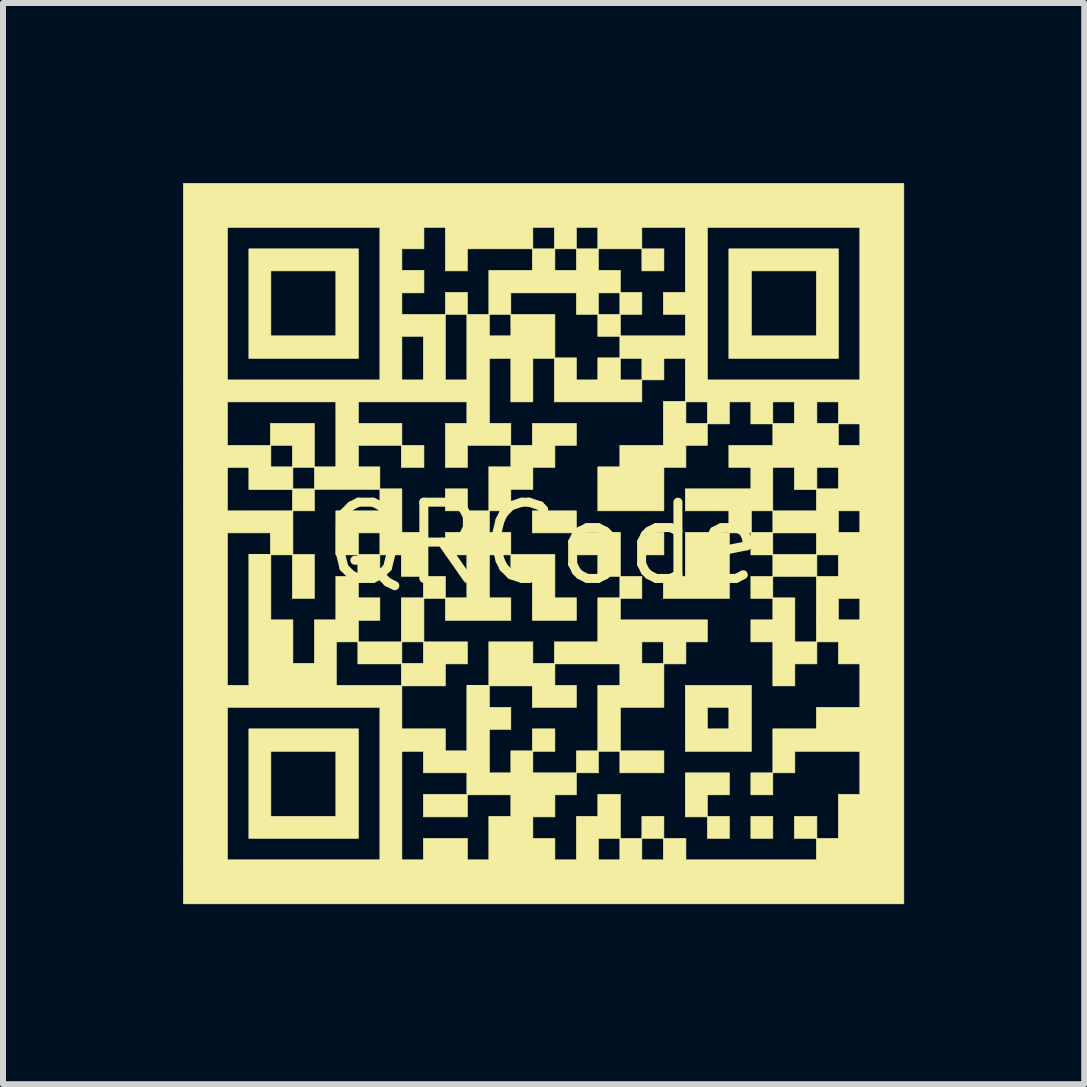
<source format=kicad_pcb>
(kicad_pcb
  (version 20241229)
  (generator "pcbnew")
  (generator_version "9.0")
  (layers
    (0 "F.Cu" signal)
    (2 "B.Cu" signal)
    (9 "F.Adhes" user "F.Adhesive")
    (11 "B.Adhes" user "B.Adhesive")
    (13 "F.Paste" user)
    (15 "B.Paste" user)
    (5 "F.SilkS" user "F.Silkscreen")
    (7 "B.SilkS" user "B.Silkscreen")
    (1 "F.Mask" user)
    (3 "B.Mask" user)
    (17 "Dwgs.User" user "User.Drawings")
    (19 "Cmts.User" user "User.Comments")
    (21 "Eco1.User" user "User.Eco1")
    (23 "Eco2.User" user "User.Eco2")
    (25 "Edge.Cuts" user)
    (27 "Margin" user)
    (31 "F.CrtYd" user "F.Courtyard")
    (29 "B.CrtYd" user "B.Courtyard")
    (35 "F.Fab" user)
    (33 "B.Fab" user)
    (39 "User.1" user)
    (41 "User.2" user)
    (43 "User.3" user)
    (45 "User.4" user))
  (footprint "QRCode"
    (layer "F.Cu")
    (at 6.007 6.007)
    (property "Reference" "QRCode" (at 0 0 0) (layer "F.SilkS") (effects (font (size 1.27 1.27) (thickness 0.15))))
    (attr through_hole)
    (fp_poly (pts (xy 2.004 -4.544) (xy 1.637 -4.544) (xy 1.637 -4.911) (xy 2.004 -4.911) (xy 2.004 -4.544)) (stroke (width 0.01) (type solid)) (fill yes) (layer "F.SilkS"))
    (fp_poly (pts (xy 2.004 0.188) (xy 1.637 0.188) (xy 1.637 -0.188) (xy 2.004 -0.188) (xy 2.004 0.188)) (stroke (width 0.01) (type solid)) (fill yes) (layer "F.SilkS"))
    (fp_poly (pts (xy 3.819 4.186) (xy 3.453 4.186) (xy 3.453 3.819) (xy 3.819 3.819) (xy 3.819 4.186)) (stroke (width 0.01) (type solid)) (fill yes) (layer "F.SilkS"))
    (fp_poly (pts (xy 3.819 4.911) (xy 3.453 4.911) (xy 3.453 4.544) (xy 3.819 4.544) (xy 3.819 4.911)) (stroke (width 0.01) (type solid)) (fill yes) (layer "F.SilkS"))
    (fp_poly (pts (xy 3.095 4.186) (xy 2.728 4.186) (xy 2.728 4.544) (xy 3.095 4.544) (xy 3.095 4.911) (xy 2.728 4.911) (xy 2.728 4.553) (xy 2.361 4.553) (xy 2.361 3.819) (xy 3.095 3.819) (xy 3.095 4.186)) (stroke (width 0.01) (type solid)) (fill yes) (layer "F.SilkS"))
    (fp_poly (pts (xy -3.086 -3.086) (xy -4.911 -3.086) (xy -4.911 -4.544) (xy -4.544 -4.544) (xy -4.544 -3.462) (xy -3.462 -3.462) (xy -3.462 -4.544) (xy -4.544 -4.544) (xy -4.911 -4.544) (xy -4.911 -4.911) (xy -3.086 -4.911) (xy -3.086 -3.086)) (stroke (width 0.01) (type solid)) (fill yes) (layer "F.SilkS"))
    (fp_poly (pts (xy -3.086 4.911) (xy -4.911 4.911) (xy -4.911 3.462) (xy -4.544 3.462) (xy -4.544 4.544) (xy -3.462 4.544) (xy -3.462 3.462) (xy -4.544 3.462) (xy -4.911 3.462) (xy -4.911 3.086) (xy -3.086 3.086) (xy -3.086 4.911)) (stroke (width 0.01) (type solid)) (fill yes) (layer "F.SilkS"))
    (fp_poly (pts (xy 3.462 3.462) (xy 2.361 3.462) (xy 2.361 2.728) (xy 2.728 2.728) (xy 2.728 3.086) (xy 3.086 3.086) (xy 3.086 2.728) (xy 2.728 2.728) (xy 2.361 2.728) (xy 2.361 2.361) (xy 3.462 2.361) (xy 3.462 3.462)) (stroke (width 0.01) (type solid)) (fill yes) (layer "F.SilkS"))
    (fp_poly (pts (xy 4.911 -3.086) (xy 3.086 -3.086) (xy 3.086 -4.544) (xy 3.462 -4.544) (xy 3.462 -3.462) (xy 4.544 -3.462) (xy 4.544 -4.544) (xy 3.462 -4.544) (xy 3.086 -4.544) (xy 3.086 -4.911) (xy 4.911 -4.911) (xy 4.911 -3.086)) (stroke (width 0.01) (type solid)) (fill yes) (layer "F.SilkS"))
    (fp_poly (pts (xy 6.002 6.002) (xy -6.002 6.002) (xy -6.002 2.728) (xy -5.268 2.728) (xy -5.268 5.268) (xy -2.728 5.268) (xy -2.728 3.462) (xy -2.361 3.462) (xy -2.361 5.268) (xy -2.004 5.268) (xy -2.004 4.911) (xy -1.27 4.911) (xy -1.27 5.268) (xy -0.913 5.268) (xy -0.913 4.544) (xy -0.546 4.544) (xy -0.546 4.186) (xy -1.27 4.186) (xy -1.27 4.553) (xy -2.004 4.553) (xy -2.004 4.177) (xy -1.279 4.177) (xy -1.279 3.819) (xy -2.004 3.819) (xy -2.004 3.462) (xy -2.361 3.462) (xy -2.728 3.462) (xy -2.728 2.728) (xy -5.268 2.728) (xy -6.002 2.728) (xy -6.002 2.371) (xy -2.361 2.371) (xy -2.361 3.086) (xy -1.637 3.086) (xy -1.637 3.453) (xy -1.279 3.453) (xy -1.279 2.371) (xy -0.903 2.371) (xy -0.903 2.728) (xy -0.546 2.728) (xy -0.546 3.095) (xy -0.903 3.095) (xy -0.903 3.819) (xy -0.546 3.819) (xy -0.546 3.453) (xy -0.188 3.453) (xy -0.188 3.086) (xy 0.188 3.086) (xy 0.188 3.462) (xy -0.179 3.462) (xy -0.179 3.819) (xy 0.546 3.819) (xy 0.546 3.453) (xy 0.903 3.453) (xy 0.903 2.361) (xy 1.27 2.361) (xy 1.27 2.004) (xy 0.188 2.004) (xy 0.188 2.361) (xy 0.546 2.361) (xy 0.546 2.728) (xy -0.188 2.728) (xy -0.188 2.371) (xy -0.903 2.371) (xy -1.279 2.371) (xy -1.279 2.361) (xy -0.913 2.361) (xy -0.913 1.637) (xy -0.179 1.637) (xy -0.179 1.994) (xy 0.179 1.994) (xy 0.179 1.637) (xy 0.903 1.637) (xy 1.637 1.637) (xy 1.637 1.994) (xy 1.994 1.994) (xy 1.994 1.637) (xy 1.637 1.637) (xy 0.903 1.637) (xy 0.903 0.903) (xy 1.27 0.903) (xy 1.27 0.546) (xy 0.903 0.546) (xy 0.903 0.188) (xy 0.546 0.188) (xy 0.546 -0.179) (xy -0.188 -0.179) (xy -0.188 -0.546) (xy 0.546 -0.546) (xy 0.546 -0.188) (xy 1.279 -0.188) (xy 1.279 0.546) (xy 1.637 0.546) (xy 1.637 0.913) (xy 1.279 0.913) (xy 1.279 1.27) (xy 2.728 1.27) (xy 2.728 1.637) (xy 2.371 1.637) (xy 2.371 2.004) (xy 2.004 2.004) (xy 2.004 2.728) (xy 1.279 2.728) (xy 1.279 3.453) (xy 2.004 3.453) (xy 2.004 3.819) (xy 1.27 3.819) (xy 1.27 3.462) (xy 0.913 3.462) (xy 0.913 3.819) (xy 0.546 3.819) (xy 0.546 4.186) (xy 0.188 4.186) (xy 0.188 4.553) (xy -0.179 4.553) (xy -0.179 4.911) (xy 0.188 4.911) (xy 0.188 5.268) (xy 0.546 5.268) (xy 0.546 4.911) (xy 0.913 4.911) (xy 0.913 5.268) (xy 1.27 5.268) (xy 1.27 4.911) (xy 0.913 4.911) (xy 0.546 4.911) (xy 0.546 4.544) (xy 0.903 4.544) (xy 0.903 4.177) (xy 1.279 4.177) (xy 1.279 4.911) (xy 1.637 4.911) (xy 1.637 5.268) (xy 1.994 5.268) (xy 1.994 4.911) (xy 1.637 4.911) (xy 1.637 4.544) (xy 2.004 4.544) (xy 2.004 4.911) (xy 2.371 4.911) (xy 2.371 5.268) (xy 4.544 5.268) (xy 4.544 4.911) (xy 4.177 4.911) (xy 4.177 4.544) (xy 4.553 4.544) (xy 4.553 4.911) (xy 4.911 4.911) (xy 4.911 4.177) (xy 5.268 4.177) (xy 5.268 3.462) (xy 4.186 3.462) (xy 4.186 3.819) (xy 3.819 3.819) (xy 3.819 3.086) (xy 4.544 3.086) (xy 4.544 2.728) (xy 5.268 2.728) (xy 5.268 2.004) (xy 4.911 2.004) (xy 4.911 1.637) (xy 4.553 1.637) (xy 4.553 2.004) (xy 4.186 2.004) (xy 4.186 2.371) (xy 3.819 2.371) (xy 3.819 1.637) (xy 3.453 1.637) (xy 3.453 1.27) (xy 3.819 1.27) (xy 3.819 0.913) (xy 3.453 0.913) (xy 3.453 0.546) (xy 3.819 0.546) (xy 3.819 0.903) (xy 4.186 0.903) (xy 4.186 1.637) (xy 4.544 1.637) (xy 4.544 0.913) (xy 4.911 0.913) (xy 4.911 1.27) (xy 5.268 1.27) (xy 5.268 0.913) (xy 4.911 0.913) (xy 4.544 0.913) (xy 4.544 0.546) (xy 3.819 0.546) (xy 3.819 0.188) (xy 4.553 0.188) (xy 4.553 0.546) (xy 4.911 0.546) (xy 4.911 0.188) (xy 4.553 0.188) (xy 3.819 0.188) (xy 3.453 0.188) (xy 3.453 -0.179) (xy 3.819 -0.179) (xy 3.819 0.179) (xy 4.544 0.179) (xy 4.544 -0.179) (xy 3.819 -0.179) (xy 3.453 -0.179) (xy 3.095 -0.179) (xy 3.095 0.913) (xy 1.994 0.913) (xy 1.994 0.546) (xy 2.361 0.546) (xy 2.361 -0.188) (xy 3.086 -0.188) (xy 3.086 -0.546) (xy 3.462 -0.546) (xy 3.462 -0.188) (xy 3.819 -0.188) (xy 3.819 -0.546) (xy 3.462 -0.546) (xy 3.086 -0.546) (xy 2.361 -0.546) (xy 2.361 -0.913) (xy 3.453 -0.913) (xy 3.453 -1.27) (xy 3.819 -1.27) (xy 3.819 -0.546) (xy 4.544 -0.546) (xy 4.911 -0.546) (xy 4.911 -0.188) (xy 5.268 -0.188) (xy 5.268 -0.546) (xy 4.911 -0.546) (xy 4.544 -0.546) (xy 4.544 -0.903) (xy 4.177 -0.903) (xy 4.177 -1.27) (xy 4.553 -1.27) (xy 4.553 -0.913) (xy 4.911 -0.913) (xy 4.911 -1.27) (xy 4.553 -1.27) (xy 4.177 -1.27) (xy 3.819 -1.27) (xy 3.453 -1.27) (xy 3.086 -1.27) (xy 3.086 -1.637) (xy 3.819 -1.637) (xy 3.819 -1.994) (xy 4.911 -1.994) (xy 4.911 -1.637) (xy 5.268 -1.637) (xy 5.268 -1.994) (xy 4.911 -1.994) (xy 3.819 -1.994) (xy 3.453 -1.994) (xy 3.453 -2.361) (xy 3.819 -2.361) (xy 3.819 -2.004) (xy 4.177 -2.004) (xy 4.177 -2.361) (xy 4.553 -2.361) (xy 4.553 -2.004) (xy 4.911 -2.004) (xy 4.911 -2.361) (xy 4.553 -2.361) (xy 4.177 -2.361) (xy 3.819 -2.361) (xy 3.453 -2.361) (xy 3.095 -2.361) (xy 3.095 -1.994) (xy 2.728 -1.994) (xy 2.728 -1.637) (xy 2.371 -1.637) (xy 2.371 -1.27) (xy 2.004 -1.27) (xy 2.004 -0.546) (xy 0.903 -0.546) (xy 0.903 -1.279) (xy 1.27 -1.279) (xy 1.27 -1.637) (xy 1.994 -1.637) (xy 1.994 -2.361) (xy 2.371 -2.361) (xy 2.371 -2.004) (xy 2.728 -2.004) (xy 2.728 -2.361) (xy 2.371 -2.361) (xy 1.994 -2.361) (xy 1.994 -2.371) (xy 2.361 -2.371) (xy 2.361 -3.086) (xy 2.004 -3.086) (xy 2.004 -2.728) (xy 1.637 -2.728) (xy 1.637 -2.361) (xy 0.179 -2.361) (xy 0.179 -3.086) (xy -0.179 -3.086) (xy -0.179 -2.361) (xy -0.546 -2.361) (xy -0.546 -3.086) (xy -0.903 -3.086) (xy -0.903 -2.004) (xy -0.546 -2.004) (xy -0.546 -1.637) (xy -0.188 -1.637) (xy -0.188 -2.004) (xy 0.546 -2.004) (xy 0.546 -1.637) (xy 0.188 -1.637) (xy 0.188 -1.27) (xy -0.179 -1.27) (xy -0.179 -0.903) (xy -0.546 -0.903) (xy -0.546 -0.546) (xy -0.903 -0.546) (xy -0.903 -0.188) (xy -0.546 -0.188) (xy -0.546 0.179) (xy 0.188 0.179) (xy 0.188 0.903) (xy 0.546 0.903) (xy 0.546 1.279) (xy -0.188 1.279) (xy -0.188 0.546) (xy -0.546 0.546) (xy -0.546 0.188) (xy -0.903 0.188) (xy -0.903 0.903) (xy -0.546 0.903) (xy -0.546 1.279) (xy -1.637 1.279) (xy -1.637 0.913) (xy -1.994 0.913) (xy -1.994 1.637) (xy -1.27 1.637) (xy -1.27 2.004) (xy -1.637 2.004) (xy -1.637 2.371) (xy -2.361 2.371) (xy -6.002 2.371) (xy -6.002 -0.179) (xy -5.268 -0.179) (xy -5.268 2.361) (xy -4.911 2.361) (xy -4.911 0.188) (xy -4.544 0.188) (xy -4.544 1.27) (xy -4.177 1.27) (xy -4.177 1.994) (xy -3.819 1.994) (xy -3.819 1.637) (xy -3.453 1.637) (xy -3.453 2.361) (xy -2.371 2.361) (xy -2.371 2.004) (xy -3.095 2.004) (xy -3.095 1.637) (xy -3.453 1.637) (xy -3.819 1.637) (xy -3.819 1.27) (xy -3.462 1.27) (xy -3.462 0.546) (xy -3.095 0.546) (xy -3.086 0.546) (xy -3.086 0.903) (xy -2.728 0.903) (xy -2.728 1.279) (xy -3.086 1.279) (xy -3.086 1.637) (xy -2.371 1.637) (xy -2.361 1.637) (xy -2.361 1.994) (xy -2.004 1.994) (xy -2.004 1.637) (xy -2.361 1.637) (xy -2.371 1.637) (xy -2.371 0.903) (xy -2.004 0.903) (xy -2.004 0.546) (xy -2.371 0.546) (xy -2.371 0.188) (xy -2.728 0.188) (xy -2.728 0.546) (xy -3.086 0.546) (xy -3.095 0.546) (xy -3.095 0.188) (xy -3.462 0.188) (xy -3.462 -0.179) (xy -3.086 -0.179) (xy -3.086 0.179) (xy -2.728 0.179) (xy -2.728 -0.179) (xy -3.086 -0.179) (xy -3.462 -0.179) (xy -3.462 -0.546) (xy -2.728 -0.546) (xy -2.728 -0.903) (xy -3.819 -0.903) (xy -3.819 -0.546) (xy -4.177 -0.546) (xy -4.177 0.179) (xy -3.819 0.179) (xy -3.819 0.913) (xy -4.186 0.913) (xy -4.186 0.188) (xy -4.544 0.188) (xy -4.911 0.188) (xy -4.911 0.179) (xy -4.553 0.179) (xy -4.553 -0.179) (xy -5.268 -0.179) (xy -6.002 -0.179) (xy -6.002 -1.27) (xy -5.268 -1.27) (xy -5.268 -0.546) (xy -4.186 -0.546) (xy -4.186 -0.903) (xy -4.911 -0.903) (xy -4.911 -1.27) (xy -4.177 -1.27) (xy -4.177 -0.913) (xy -3.819 -0.913) (xy -3.819 -1.27) (xy -4.177 -1.27) (xy -4.911 -1.27) (xy -5.268 -1.27) (xy -6.002 -1.27) (xy -6.002 -2.361) (xy -5.268 -2.361) (xy -5.268 -1.637) (xy -4.553 -1.637) (xy -4.544 -1.637) (xy -4.544 -1.279) (xy -4.186 -1.279) (xy -4.186 -1.637) (xy -4.544 -1.637) (xy -4.553 -1.637) (xy -4.553 -2.004) (xy -3.819 -2.004) (xy -3.819 -1.279) (xy -3.462 -1.279) (xy -3.462 -2.361) (xy -3.086 -2.361) (xy -3.086 -2.004) (xy -2.361 -2.004) (xy -2.361 -1.637) (xy -1.994 -1.637) (xy -1.994 -1.27) (xy -2.371 -1.27) (xy -2.371 -1.637) (xy -3.086 -1.637) (xy -3.086 -1.279) (xy -2.728 -1.279) (xy -2.728 -0.913) (xy -2.361 -0.913) (xy -2.361 -0.188) (xy -1.994 -0.188) (xy -1.994 0.546) (xy -1.637 0.546) (xy -1.637 0.903) (xy -1.279 0.903) (xy -1.279 0.188) (xy -1.637 0.188) (xy -1.637 -0.188) (xy -1.279 -0.188) (xy -1.279 -0.546) (xy -1.637 -0.546) (xy -1.637 -0.913) (xy -1.27 -0.913) (xy -1.27 -0.546) (xy -0.913 -0.546) (xy -0.913 -1.279) (xy -0.546 -1.279) (xy -0.546 -1.637) (xy -1.27 -1.637) (xy -1.27 -1.27) (xy -1.637 -1.27) (xy -1.637 -2.004) (xy -1.279 -2.004) (xy -1.279 -2.361) (xy -3.086 -2.361) (xy -3.462 -2.361) (xy -5.268 -2.361) (xy -6.002 -2.361) (xy -6.002 -5.268) (xy -5.268 -5.268) (xy -5.268 -2.728) (xy -2.728 -2.728) (xy -2.728 -3.453) (xy -2.361 -3.453) (xy -2.361 -2.728) (xy -2.004 -2.728) (xy -2.004 -3.453) (xy -2.361 -3.453) (xy -2.728 -3.453) (xy -2.728 -4.911) (xy -2.361 -4.911) (xy -2.361 -4.553) (xy -1.994 -4.553) (xy -1.994 -4.177) (xy -2.361 -4.177) (xy -2.361 -3.819) (xy -1.637 -3.819) (xy -1.637 -2.728) (xy -1.279 -2.728) (xy -1.279 -3.819) (xy -1.637 -3.819) (xy -1.637 -4.186) (xy -1.27 -4.186) (xy -1.27 -3.819) (xy -0.913 -3.819) (xy -0.903 -3.819) (xy -0.903 -3.462) (xy -0.546 -3.462) (xy -0.546 -3.819) (xy -0.903 -3.819) (xy -0.913 -3.819) (xy -0.913 -4.177) (xy -0.546 -4.177) (xy -0.546 -3.819) (xy 0.188 -3.819) (xy 0.188 -3.095) (xy 0.546 -3.095) (xy 0.546 -2.728) (xy 0.903 -2.728) (xy 0.903 -3.086) (xy 1.279 -3.086) (xy 1.279 -2.728) (xy 1.637 -2.728) (xy 1.637 -3.086) (xy 1.279 -3.086) (xy 0.903 -3.086) (xy 0.903 -3.095) (xy 1.27 -3.095) (xy 1.27 -3.453) (xy 0.903 -3.453) (xy 0.903 -3.819) (xy 0.546 -3.819) (xy 0.546 -4.177) (xy 0.913 -4.177) (xy 0.913 -3.819) (xy 1.27 -3.819) (xy 1.27 -4.177) (xy 0.913 -4.177) (xy 0.546 -4.177) (xy -0.546 -4.177) (xy -0.913 -4.177) (xy -0.913 -4.553) (xy -0.188 -4.553) (xy -0.188 -4.911) (xy -1.27 -4.911) (xy -1.27 -4.544) (xy -1.637 -4.544) (xy -1.637 -5.268) (xy -0.179 -5.268) (xy -0.179 -4.911) (xy 0.179 -4.911) (xy 0.188 -4.911) (xy 0.188 -4.553) (xy 0.546 -4.553) (xy 0.546 -4.911) (xy 0.188 -4.911) (xy 0.179 -4.911) (xy 0.179 -5.268) (xy 0.546 -5.268) (xy 0.546 -4.911) (xy 0.903 -4.911) (xy 0.913 -4.911) (xy 0.913 -4.553) (xy 1.279 -4.553) (xy 1.279 -4.186) (xy 1.637 -4.186) (xy 1.637 -3.819) (xy 1.279 -3.819) (xy 1.279 -3.462) (xy 2.361 -3.462) (xy 2.361 -3.819) (xy 1.994 -3.819) (xy 1.994 -4.186) (xy 2.361 -4.186) (xy 2.361 -5.268) (xy 2.728 -5.268) (xy 2.728 -2.728) (xy 5.268 -2.728) (xy 5.268 -5.268) (xy 2.728 -5.268) (xy 2.361 -5.268) (xy 1.637 -5.268) (xy 1.637 -4.911) (xy 0.913 -4.911) (xy 0.903 -4.911) (xy 0.903 -5.268) (xy 0.546 -5.268) (xy 0.179 -5.268) (xy -0.179 -5.268) (xy -1.637 -5.268) (xy -1.994 -5.268) (xy -1.994 -4.911) (xy -2.361 -4.911) (xy -2.728 -4.911) (xy -2.728 -5.268) (xy -5.268 -5.268) (xy -6.002 -5.268) (xy -6.002 -6.002) (xy 6.002 -6.002) (xy 6.002 6.002)) (stroke (width 0.01) (type solid)) (fill yes) (layer "F.SilkS")))
  (gr_rect
    (start -3 -3)
    (end 15.014 15.014)
    (stroke (width 0.1) (type default))
    (fill no)
    (layer "Edge.Cuts")))
</source>
